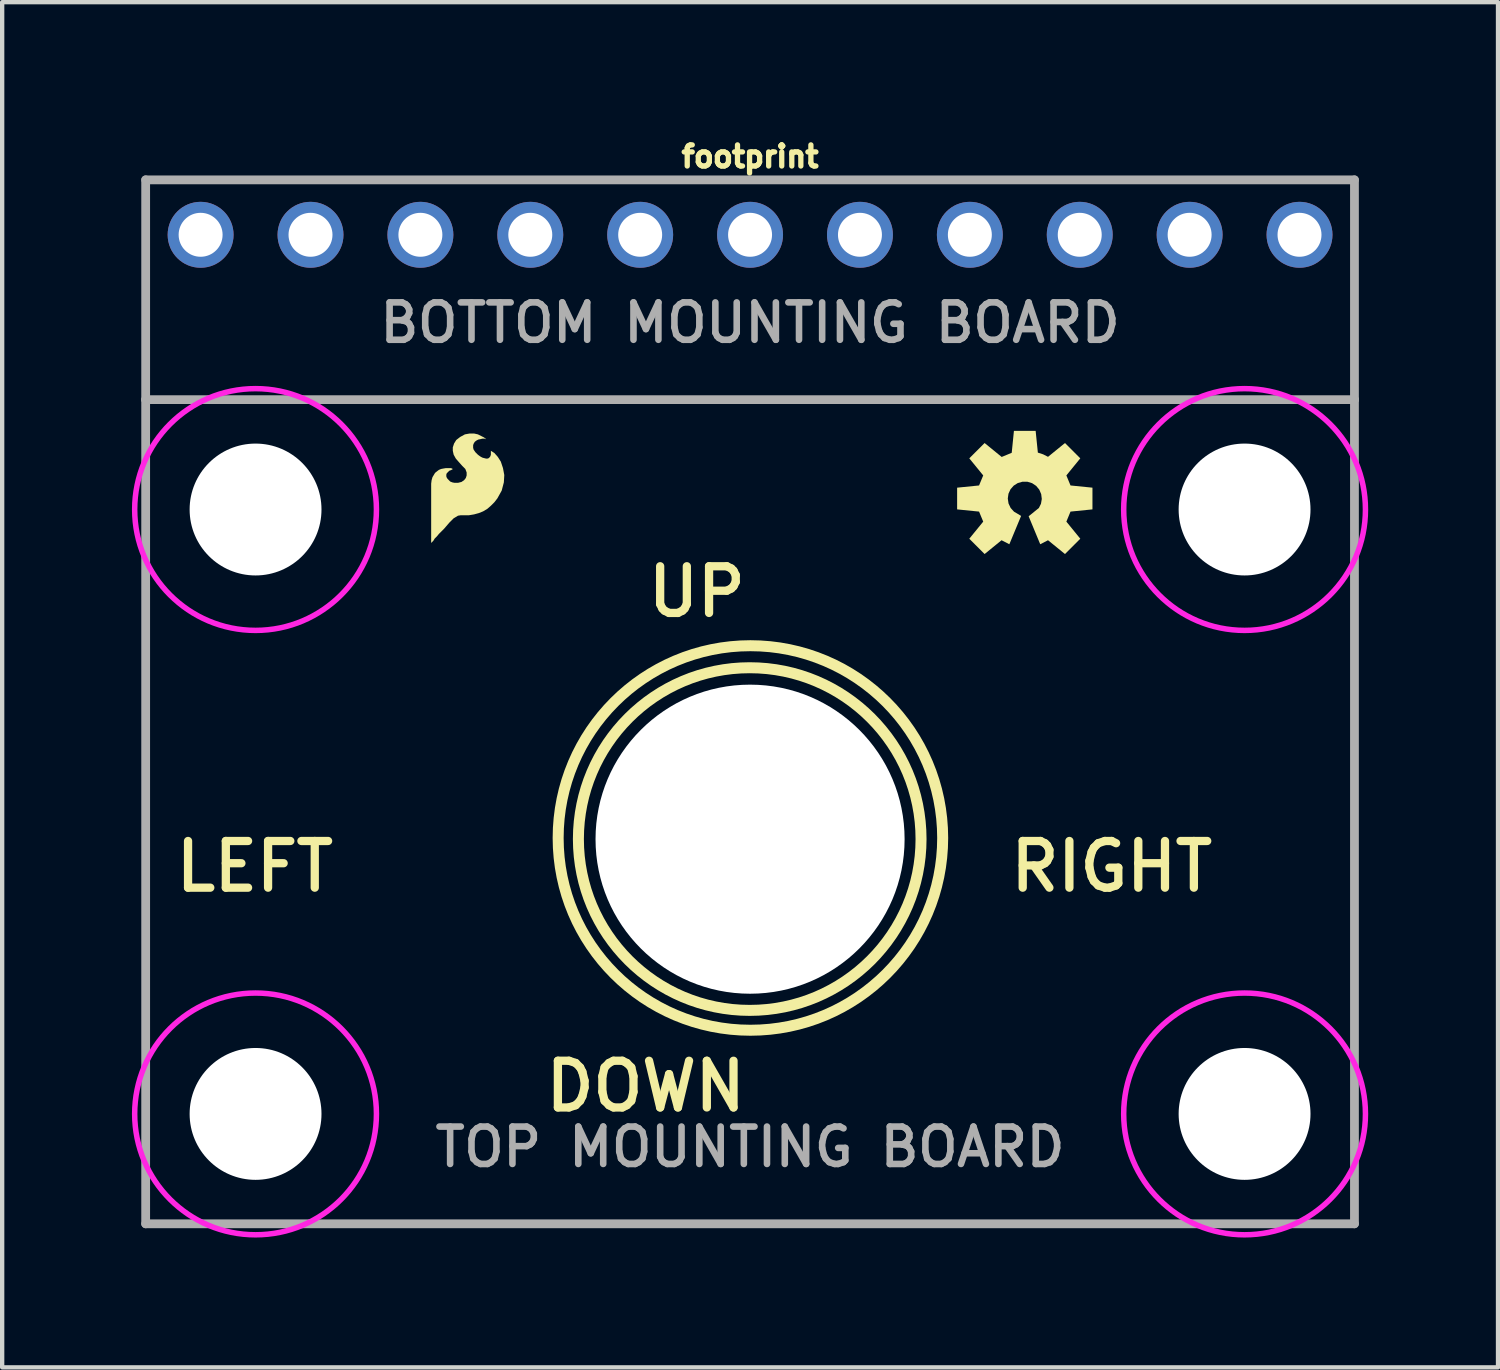
<source format=kicad_pcb>
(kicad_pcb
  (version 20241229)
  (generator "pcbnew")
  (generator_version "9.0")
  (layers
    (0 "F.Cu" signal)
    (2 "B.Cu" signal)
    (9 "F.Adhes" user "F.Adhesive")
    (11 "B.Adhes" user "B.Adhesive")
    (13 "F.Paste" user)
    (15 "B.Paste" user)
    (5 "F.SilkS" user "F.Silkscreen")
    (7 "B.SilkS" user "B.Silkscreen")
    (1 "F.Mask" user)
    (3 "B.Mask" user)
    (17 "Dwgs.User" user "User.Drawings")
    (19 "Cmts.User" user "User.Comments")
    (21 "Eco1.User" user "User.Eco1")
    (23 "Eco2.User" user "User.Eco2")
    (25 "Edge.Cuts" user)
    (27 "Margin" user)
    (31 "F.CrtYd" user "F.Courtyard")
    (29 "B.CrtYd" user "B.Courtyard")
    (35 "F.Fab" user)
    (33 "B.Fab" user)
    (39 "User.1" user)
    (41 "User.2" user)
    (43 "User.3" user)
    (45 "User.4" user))
  (footprint "footprint"
    (layer "F.Cu")
    (at 14.287 16.347)
    (property "Reference" "footprint" (at 0 -15.494 0) (layer "F.SilkS") (effects (font (size 0.488 0.488) (thickness 0.122)) (justify bottom)))
    (fp_circle (center -0.008 -0.003) (end 3.952 -0.003) (stroke (width 0.254) (type solid)) (fill no) (layer "F.SilkS"))
    (fp_circle (center 0.008 -0.028) (end 4.452 -0.028) (stroke (width 0.254) (type solid)) (fill no) (layer "F.SilkS"))
    (fp_poly (pts (xy 6.652 -8.935) (xy 6.773 -8.896) (xy 6.887 -8.838) (xy 7.279 -9.157) (xy 7.633 -8.803) (xy 7.311 -8.408) (xy 7.407 -8.176) (xy 7.914 -8.125) (xy 7.914 -7.623) (xy 7.407 -7.572) (xy 7.311 -7.34) (xy 7.633 -6.945) (xy 7.279 -6.591) (xy 6.887 -6.91) (xy 6.707 -6.817) (xy 6.439 -7.464) (xy 6.676 -7.656) (xy 6.724 -7.753) (xy 6.743 -7.864) (xy 6.729 -7.976) (xy 6.685 -8.079) (xy 6.613 -8.166) (xy 6.519 -8.229) (xy 6.411 -8.262) (xy 6.299 -8.263) (xy 6.19 -8.233) (xy 6.095 -8.173) (xy 6.02 -8.088) (xy 5.973 -7.986) (xy 5.957 -7.874) (xy 5.974 -7.76) (xy 6.023 -7.656) (xy 6.101 -7.57) (xy 6.265 -7.472) (xy 5.993 -6.817) (xy 5.813 -6.91) (xy 5.421 -6.591) (xy 5.067 -6.945) (xy 5.389 -7.34) (xy 5.293 -7.572) (xy 4.786 -7.623) (xy 4.786 -8.125) (xy 5.293 -8.176) (xy 5.389 -8.408) (xy 5.067 -8.803) (xy 5.421 -9.157) (xy 5.816 -8.835) (xy 6.048 -8.931) (xy 6.099 -9.438) (xy 6.601 -9.438)) (stroke (width 0) (type solid)) (fill yes) (layer "F.SilkS"))
    (fp_poly (pts (xy -6.291 -9.357) (xy -6.151 -9.287) (xy -6.111 -9.257) (xy -6.101 -9.247) (xy -6.111 -9.247) (xy -6.131 -9.257) (xy -6.191 -9.257) (xy -6.231 -9.247) (xy -6.281 -9.237) (xy -6.321 -9.217) (xy -6.361 -9.187) (xy -6.381 -9.157) (xy -6.391 -9.137) (xy -6.401 -9.107) (xy -6.401 -9.047) (xy -6.391 -9.007) (xy -6.351 -8.947) (xy -6.291 -8.887) (xy -6.251 -8.857) (xy -6.221 -8.837) (xy -6.181 -8.817) (xy -6.101 -8.797) (xy -6.071 -8.797) (xy -6.041 -8.807) (xy -6.011 -8.837) (xy -6.001 -8.857) (xy -5.991 -8.887) (xy -5.991 -8.977) (xy -5.911 -8.927) (xy -5.831 -8.837) (xy -5.761 -8.727) (xy -5.711 -8.577) (xy -5.681 -8.417) (xy -5.691 -8.247) (xy -5.741 -8.057) (xy -5.841 -7.877) (xy -5.911 -7.787) (xy -5.991 -7.707) (xy -6.071 -7.637) (xy -6.171 -7.577) (xy -6.271 -7.537) (xy -6.381 -7.507) (xy -6.501 -7.487) (xy -6.691 -7.487) (xy -6.751 -7.477) (xy -6.851 -7.417) (xy -6.951 -7.317) (xy -7.071 -7.177) (xy -7.191 -7.057) (xy -7.241 -6.997) (xy -7.291 -6.947) (xy -7.321 -6.897) (xy -7.371 -6.847) (xy -7.371 -8.217) (xy -7.361 -8.297) (xy -7.341 -8.367) (xy -7.281 -8.467) (xy -7.231 -8.507) (xy -7.191 -8.537) (xy -7.141 -8.557) (xy -7.091 -8.567) (xy -7.031 -8.577) (xy -6.911 -8.577) (xy -6.871 -8.557) (xy -6.881 -8.547) (xy -6.921 -8.527) (xy -6.951 -8.517) (xy -7.011 -8.457) (xy -7.021 -8.427) (xy -7.021 -8.387) (xy -7.011 -8.357) (xy -6.991 -8.327) (xy -6.931 -8.267) (xy -6.881 -8.247) (xy -6.831 -8.237) (xy -6.751 -8.237) (xy -6.671 -8.257) (xy -6.611 -8.297) (xy -6.571 -8.347) (xy -6.551 -8.407) (xy -6.551 -8.477) (xy -6.581 -8.557) (xy -6.651 -8.627) (xy -6.731 -8.717) (xy -6.801 -8.797) (xy -6.851 -8.887) (xy -6.871 -8.977) (xy -6.871 -9.057) (xy -6.841 -9.147) (xy -6.791 -9.227) (xy -6.701 -9.297) (xy -6.591 -9.357) (xy -6.481 -9.377) (xy -6.381 -9.377)) (stroke (width 0) (type solid)) (fill yes) (layer "F.SilkS"))
    (fp_circle (center -11.43 -7.62) (end -8.636 -7.62) (stroke (width 0.127) (type solid)) (fill no) (layer "F.CrtYd"))
    (fp_circle (center -11.43 6.35) (end -8.636 6.35) (stroke (width 0.127) (type solid)) (fill no) (layer "F.CrtYd"))
    (fp_circle (center 11.43 -7.62) (end 14.224 -7.62) (stroke (width 0.127) (type solid)) (fill no) (layer "F.CrtYd"))
    (fp_circle (center 11.43 6.35) (end 14.224 6.35) (stroke (width 0.127) (type solid)) (fill no) (layer "F.CrtYd"))
    (fp_line (start -13.97 -15.24) (end -13.97 -10.16) (stroke (width 0.203) (type solid)) (layer "F.Fab"))
    (fp_line (start -13.97 -10.16) (end -13.97 8.89) (stroke (width 0.203) (type solid)) (layer "F.Fab"))
    (fp_line (start -13.97 8.89) (end 13.97 8.89) (stroke (width 0.203) (type solid)) (layer "F.Fab"))
    (fp_line (start 13.97 -15.24) (end -13.97 -15.24) (stroke (width 0.203) (type solid)) (layer "F.Fab"))
    (fp_line (start 13.97 -15.24) (end 13.97 -10.16) (stroke (width 0.203) (type solid)) (layer "F.Fab"))
    (fp_line (start 13.97 -10.16) (end -13.97 -10.16) (stroke (width 0.203) (type solid)) (layer "F.Fab"))
    (fp_line (start 13.97 8.89) (end 13.97 -10.16) (stroke (width 0.203) (type solid)) (layer "F.Fab"))
    (fp_text user "DOWN" (at 0 5.08 0) (layer "F.SilkS") (effects (font (size 1.079 1.079) (thickness 0.191)) (justify right top)))
    (fp_text user "LEFT" (at -9.525 0 0) (layer "F.SilkS") (effects (font (size 1.079 1.079) (thickness 0.191)) (justify right top)))
    (fp_text user "UP" (at 0 -6.35 0) (layer "F.SilkS") (effects (font (size 1.079 1.079) (thickness 0.191)) (justify right top)))
    (fp_text user "RIGHT" (at 10.795 0 0) (layer "F.SilkS") (effects (font (size 1.079 1.079) (thickness 0.191)) (justify right top)))
    (fp_text user "TOP MOUNTING BOARD" (at 0 7.62 0) (layer "F.Fab") (effects (font (size 0.864 0.864) (thickness 0.152)) (justify bottom)))
    (fp_text user "BOTTOM MOUNTING BOARD" (at 0 -11.43 0) (layer "F.Fab") (effects (font (size 0.864 0.864) (thickness 0.152)) (justify bottom)))
    (pad "" np_thru_hole circle (at -11.43 -7.62) (size 3.048 3.048) (drill 3.048) (layers "*.Cu" "*.Mask"))
    (pad "" np_thru_hole circle (at -11.43 6.35) (size 3.048 3.048) (drill 3.048) (layers "*.Cu" "*.Mask"))
    (pad "" np_thru_hole circle (at 0 0) (size 7.144 7.144) (drill 7.144) (layers "*.Cu" "*.Mask"))
    (pad "" np_thru_hole circle (at 11.43 -7.62) (size 3.048 3.048) (drill 3.048) (layers "*.Cu" "*.Mask"))
    (pad "" np_thru_hole circle (at 11.43 6.35) (size 3.048 3.048) (drill 3.048) (layers "*.Cu" "*.Mask"))
    (pad "BLU" thru_hole circle (at 12.7 -13.97) (size 1.524 1.524) (drill 1.016) (layers "*.Cu" "*.Mask"))
    (pad "BTN" thru_hole circle (at -7.62 -13.97) (size 1.524 1.524) (drill 1.016) (layers "*.Cu" "*.Mask"))
    (pad "DWN" thru_hole circle (at 2.54 -13.97) (size 1.524 1.524) (drill 1.016) (layers "*.Cu" "*.Mask"))
    (pad "GND" thru_hole circle (at -10.16 -13.97) (size 1.524 1.524) (drill 1.016) (layers "*.Cu" "*.Mask"))
    (pad "GRN" thru_hole circle (at 7.62 -13.97) (size 1.524 1.524) (drill 1.016) (layers "*.Cu" "*.Mask"))
    (pad "LFT" thru_hole circle (at -5.08 -13.97) (size 1.524 1.524) (drill 1.016) (layers "*.Cu" "*.Mask"))
    (pad "RED" thru_hole circle (at 10.16 -13.97) (size 1.524 1.524) (drill 1.016) (layers "*.Cu" "*.Mask"))
    (pad "RHT" thru_hole circle (at -2.54 -13.97) (size 1.524 1.524) (drill 1.016) (layers "*.Cu" "*.Mask"))
    (pad "UP" thru_hole circle (at 0 -13.97) (size 1.524 1.524) (drill 1.016) (layers "*.Cu" "*.Mask"))
    (pad "VCC" thru_hole circle (at -12.7 -13.97) (size 1.524 1.524) (drill 1.016) (layers "*.Cu" "*.Mask"))
    (pad "WHT" thru_hole circle (at 5.08 -13.97) (size 1.524 1.524) (drill 1.016) (layers "*.Cu" "*.Mask")))
  (gr_rect
    (start -3 -3)
    (end 31.575 28.555)
    (stroke (width 0.1) (type default))
    (fill no)
    (layer "Edge.Cuts")))
</source>
